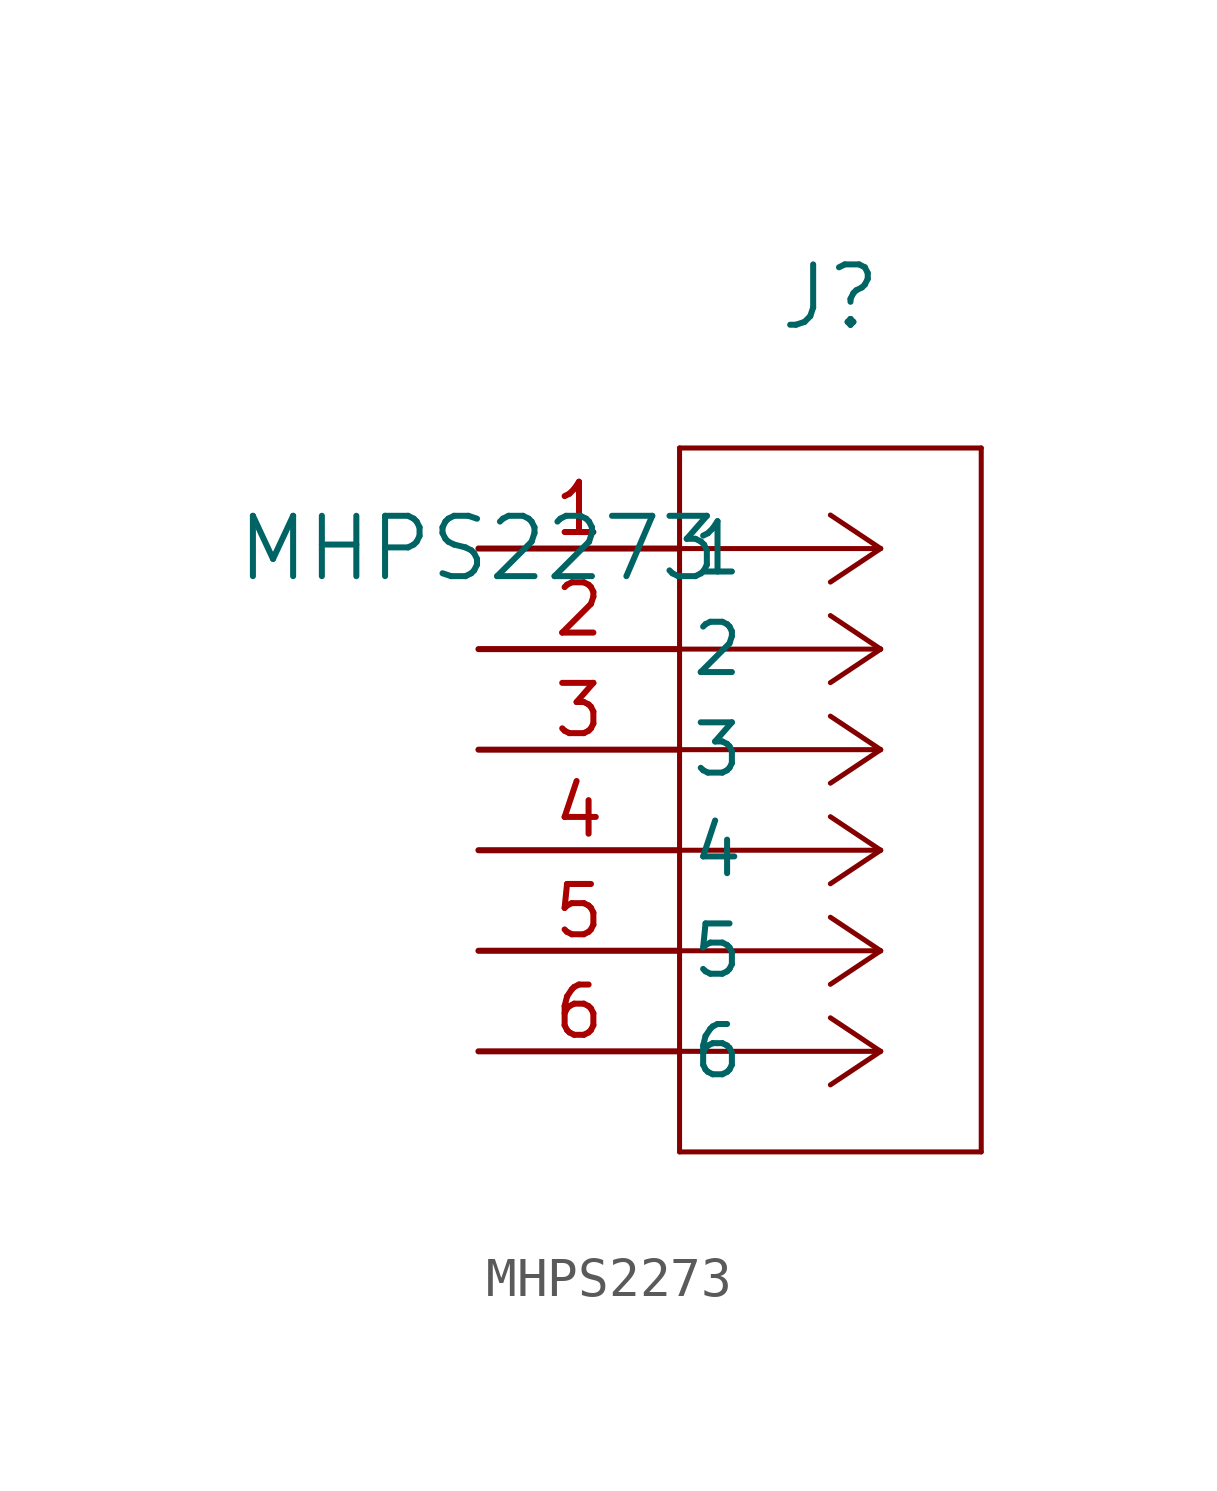
<source format=kicad_sym>
(kicad_symbol_lib
  (version 20211014)
  (generator kicad_symbol_editor)
  (symbol "MHPS2273"
    (pin_names
      (offset 0.254))
    (property "Reference" "J"
      (at 8.89 6.35 0)
      (effects (font (size 1.524 1.524))))
    (property "Value" "MHPS2273"
      (at 0 0 0)
      (effects (font (size 1.524 1.524))))
    (symbol "MHPS2273_0_1"
      (polyline (pts (xy 10.16 0) (xy 5.08 0)) (stroke (width 0.127) (type default) (color 0 0 0 0)) (fill (type none)))
      (polyline (pts (xy 10.16 -2.54) (xy 5.08 -2.54)) (stroke (width 0.127) (type default) (color 0 0 0 0)) (fill (type none)))
      (polyline (pts (xy 10.16 -5.08) (xy 5.08 -5.08)) (stroke (width 0.127) (type default) (color 0 0 0 0)) (fill (type none)))
      (polyline (pts (xy 10.16 -7.62) (xy 5.08 -7.62)) (stroke (width 0.127) (type default) (color 0 0 0 0)) (fill (type none)))
      (polyline (pts (xy 10.16 -10.16) (xy 5.08 -10.16)) (stroke (width 0.127) (type default) (color 0 0 0 0)) (fill (type none)))
      (polyline (pts (xy 10.16 -12.7) (xy 5.08 -12.7)) (stroke (width 0.127) (type default) (color 0 0 0 0)) (fill (type none)))
      (polyline (pts (xy 10.16 0) (xy 8.89 0.847)) (stroke (width 0.127) (type default) (color 0 0 0 0)) (fill (type none)))
      (polyline (pts (xy 10.16 -2.54) (xy 8.89 -1.693)) (stroke (width 0.127) (type default) (color 0 0 0 0)) (fill (type none)))
      (polyline (pts (xy 10.16 -5.08) (xy 8.89 -4.233)) (stroke (width 0.127) (type default) (color 0 0 0 0)) (fill (type none)))
      (polyline (pts (xy 10.16 -7.62) (xy 8.89 -6.773)) (stroke (width 0.127) (type default) (color 0 0 0 0)) (fill (type none)))
      (polyline (pts (xy 10.16 -10.16) (xy 8.89 -9.313)) (stroke (width 0.127) (type default) (color 0 0 0 0)) (fill (type none)))
      (polyline (pts (xy 10.16 -12.7) (xy 8.89 -11.853)) (stroke (width 0.127) (type default) (color 0 0 0 0)) (fill (type none)))
      (polyline (pts (xy 10.16 0) (xy 8.89 -0.847)) (stroke (width 0.127) (type default) (color 0 0 0 0)) (fill (type none)))
      (polyline (pts (xy 10.16 -2.54) (xy 8.89 -3.387)) (stroke (width 0.127) (type default) (color 0 0 0 0)) (fill (type none)))
      (polyline (pts (xy 10.16 -5.08) (xy 8.89 -5.927)) (stroke (width 0.127) (type default) (color 0 0 0 0)) (fill (type none)))
      (polyline (pts (xy 10.16 -7.62) (xy 8.89 -8.467)) (stroke (width 0.127) (type default) (color 0 0 0 0)) (fill (type none)))
      (polyline (pts (xy 10.16 -10.16) (xy 8.89 -11.007)) (stroke (width 0.127) (type default) (color 0 0 0 0)) (fill (type none)))
      (polyline (pts (xy 10.16 -12.7) (xy 8.89 -13.547)) (stroke (width 0.127) (type default) (color 0 0 0 0)) (fill (type none)))
      (polyline (pts (xy 5.08 2.54) (xy 5.08 -15.24)) (stroke (width 0.127) (type default) (color 0 0 0 0)) (fill (type none)))
      (polyline (pts (xy 5.08 -15.24) (xy 12.7 -15.24)) (stroke (width 0.127) (type default) (color 0 0 0 0)) (fill (type none)))
      (polyline (pts (xy 12.7 -15.24) (xy 12.7 2.54)) (stroke (width 0.127) (type default) (color 0 0 0 0)) (fill (type none)))
      (polyline (pts (xy 12.7 2.54) (xy 5.08 2.54)) (stroke (width 0.127) (type default) (color 0 0 0 0)) (fill (type none)))
      (pin unspecified line (at 0 0 0) (length 5.08) (name "1" (effects (font (size 1.27 1.27)))) (number "1" (effects (font (size 1.27 1.27)))))
      (pin unspecified line (at 0 -2.54 0) (length 5.08) (name "2" (effects (font (size 1.27 1.27)))) (number "2" (effects (font (size 1.27 1.27)))))
      (pin unspecified line (at 0 -5.08 0) (length 5.08) (name "3" (effects (font (size 1.27 1.27)))) (number "3" (effects (font (size 1.27 1.27)))))
      (pin unspecified line (at 0 -7.62 0) (length 5.08) (name "4" (effects (font (size 1.27 1.27)))) (number "4" (effects (font (size 1.27 1.27)))))
      (pin unspecified line (at 0 -10.16 0) (length 5.08) (name "5" (effects (font (size 1.27 1.27)))) (number "5" (effects (font (size 1.27 1.27)))))
      (pin unspecified line (at 0 -12.7 0) (length 5.08) (name "6" (effects (font (size 1.27 1.27)))) (number "6" (effects (font (size 1.27 1.27))))))))
</source>
